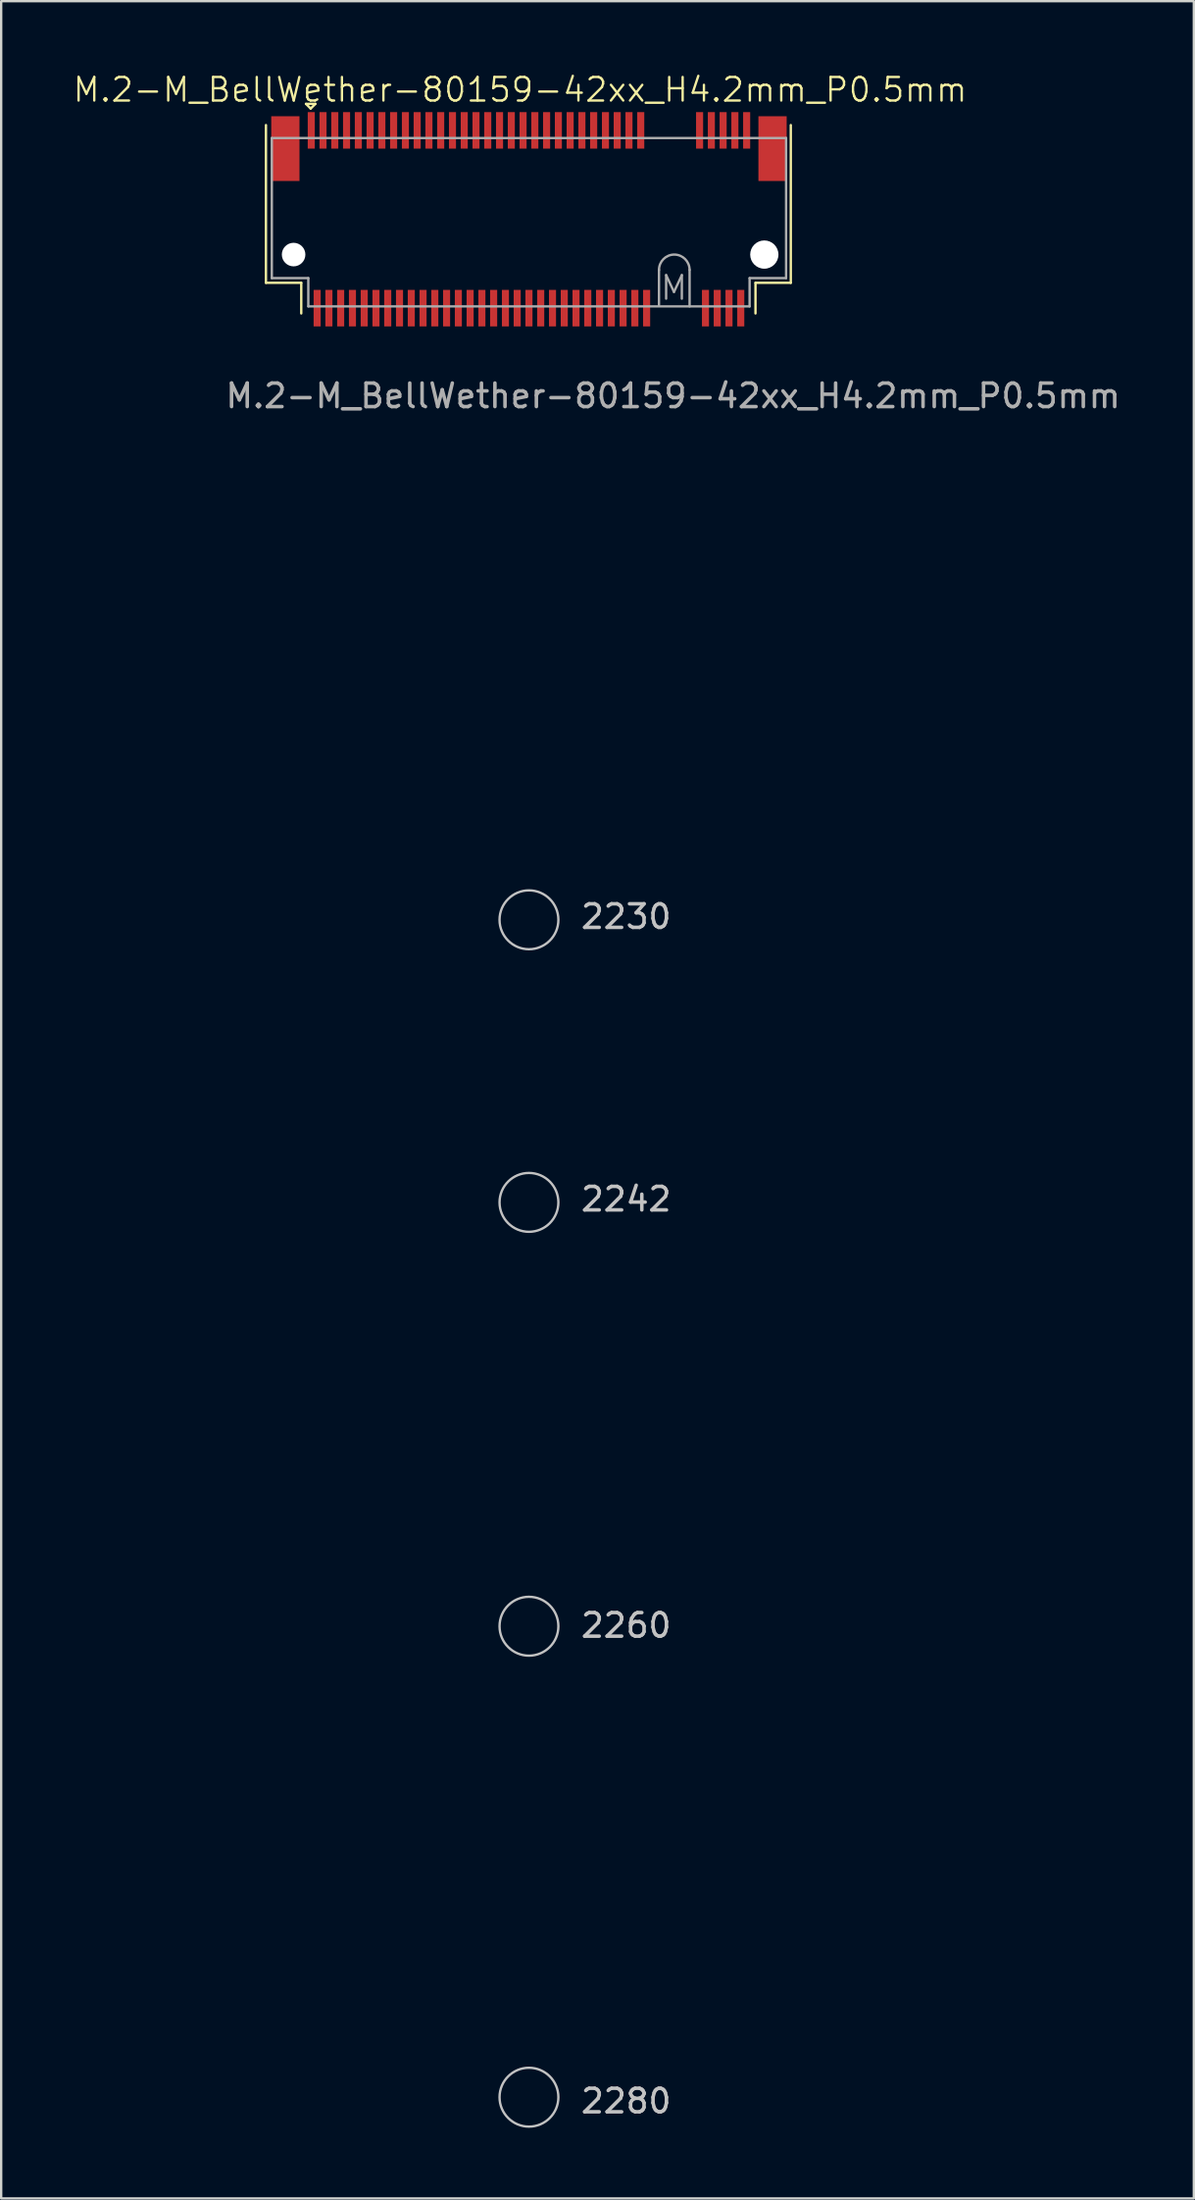
<source format=kicad_pcb>
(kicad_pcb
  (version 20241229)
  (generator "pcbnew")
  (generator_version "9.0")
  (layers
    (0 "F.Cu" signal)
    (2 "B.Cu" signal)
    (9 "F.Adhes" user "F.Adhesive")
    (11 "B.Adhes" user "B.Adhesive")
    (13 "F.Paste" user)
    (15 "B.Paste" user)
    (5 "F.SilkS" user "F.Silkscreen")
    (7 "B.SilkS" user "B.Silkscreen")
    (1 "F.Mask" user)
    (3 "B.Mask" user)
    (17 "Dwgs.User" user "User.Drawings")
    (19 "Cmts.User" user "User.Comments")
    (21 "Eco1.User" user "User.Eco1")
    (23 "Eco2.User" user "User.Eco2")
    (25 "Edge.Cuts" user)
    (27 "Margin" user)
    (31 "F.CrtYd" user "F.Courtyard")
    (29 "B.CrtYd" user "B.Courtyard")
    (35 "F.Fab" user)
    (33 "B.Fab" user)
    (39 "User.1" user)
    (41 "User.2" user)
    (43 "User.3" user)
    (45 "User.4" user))
  (footprint "M.2-M_BellWether-80159-42xx_H4.2mm_P0.5mm"
    (layer "F.Cu")
    (at 25.55 7.761)
    (property "Reference" "M.2-M_BellWether-80159-42xx_H4.2mm_P0.5mm" (at -6.5 -7 0) (unlocked yes) (layer "F.SilkS") (effects (font (size 1 1) (thickness 0.1))))
    (attr smd)
    (fp_line (start -17.3 -5.5) (end -17.3 1.2) (stroke (width 0.1) (type default)) (layer "F.SilkS"))
    (fp_line (start -17.3 1.2) (end -15.8 1.2) (stroke (width 0.1) (type default)) (layer "F.SilkS"))
    (fp_line (start -15.8 1.2) (end -15.8 2.5) (stroke (width 0.1) (type default)) (layer "F.SilkS"))
    (fp_line (start -15.6 -6.4) (end -15.2 -6.4) (stroke (width 0.1) (type default)) (layer "F.SilkS"))
    (fp_line (start -15.4 -6.2) (end -15.6 -6.4) (stroke (width 0.1) (type default)) (layer "F.SilkS"))
    (fp_line (start -15.2 -6.4) (end -15.4 -6.2) (stroke (width 0.1) (type default)) (layer "F.SilkS"))
    (fp_line (start 3.5 1.2) (end 5 1.2) (stroke (width 0.1) (type default)) (layer "F.SilkS"))
    (fp_line (start 3.5 2.5) (end 3.5 1.2) (stroke (width 0.1) (type default)) (layer "F.SilkS"))
    (fp_line (start 5 1.2) (end 5 -5.5) (stroke (width 0.1) (type default)) (layer "F.SilkS"))
    (fp_circle (center -6.125 28.25) (end -4.875 28.25) (stroke (width 0.1) (type default)) (fill no) (layer "Dwgs.User"))
    (fp_circle (center -6.125 40.25) (end -4.875 40.25) (stroke (width 0.1) (type default)) (fill no) (layer "Dwgs.User"))
    (fp_circle (center -6.125 58.25) (end -4.875 58.25) (stroke (width 0.1) (type default)) (fill no) (layer "Dwgs.User"))
    (fp_circle (center -6.125 78.25) (end -4.875 78.25) (stroke (width 0.1) (type default)) (fill no) (layer "Dwgs.User"))
    (fp_line (start -17.05 -4.95) (end -17.05 1) (stroke (width 0.1) (type default)) (layer "F.Fab"))
    (fp_line (start -17.05 1) (end -15.5 1) (stroke (width 0.1) (type default)) (layer "F.Fab"))
    (fp_line (start -15.5 1) (end -15.5 2.2) (stroke (width 0.1) (type default)) (layer "F.Fab"))
    (fp_line (start -15.5 2.2) (end 3.25 2.2) (stroke (width 0.1) (type default)) (layer "F.Fab"))
    (fp_line (start -0.6 2.15) (end -0.6 0.65) (stroke (width 0.1) (type default)) (layer "F.Fab"))
    (fp_line (start 0.7 2.2) (end 0.7 0.65) (stroke (width 0.1) (type default)) (layer "F.Fab"))
    (fp_line (start 3.25 1) (end 4.8 1) (stroke (width 0.1) (type default)) (layer "F.Fab"))
    (fp_line (start 3.25 2.2) (end 3.25 1) (stroke (width 0.1) (type default)) (layer "F.Fab"))
    (fp_line (start 4.8 -4.95) (end -17.05 -4.95) (stroke (width 0.1) (type default)) (layer "F.Fab"))
    (fp_line (start 4.8 1) (end 4.8 -4.95) (stroke (width 0.1) (type default)) (layer "F.Fab"))
    (fp_arc (start -0.6 0.65) (mid 0.05 0) (end 0.7 0.65) (stroke (width 0.1) (type default)) (layer "F.Fab"))
    (fp_text user "2260" (at -4 58.8 0) (unlocked yes) (layer "Dwgs.User") (effects (font (size 1 1) (thickness 0.15)) (justify left bottom)))
    (fp_text user "2280" (at -4 79 0) (unlocked yes) (layer "Dwgs.User") (effects (font (size 1 1) (thickness 0.15)) (justify left bottom)))
    (fp_text user "2242" (at -4 40.7 0) (unlocked yes) (layer "Dwgs.User") (effects (font (size 1 1) (thickness 0.15)) (justify left bottom)))
    (fp_text user "2230" (at -4 28.7 0) (unlocked yes) (layer "Dwgs.User") (effects (font (size 1 1) (thickness 0.15)) (justify left bottom)))
    (fp_text user "${REFERENCE}" (at 0 6 0) (unlocked yes) (layer "F.Fab") (effects (font (size 1 1) (thickness 0.15))))
    (fp_text user "M" (at -0.6 2 0) (unlocked yes) (layer "F.Fab") (effects (font (size 1 1) (thickness 0.1)) (justify left bottom)))
    (pad "" smd rect (at -16.475 -4.5) (size 1.2 2.75) (layers "F.Cu" "F.Mask" "F.Paste"))
    (pad "" np_thru_hole circle (at -16.125 0) (size 1 1) (drill 1.1) (layers "*.Cu" "*.Mask"))
    (pad "" np_thru_hole circle (at 3.875 0) (size 1.2 1.2) (drill 1.6) (layers "*.Cu" "*.Mask"))
    (pad "" smd rect (at 4.225 -4.5) (size 1.2 2.75) (layers "F.Cu" "F.Mask" "F.Paste"))
    (pad "1" smd rect (at -15.375 -5.275) (size 0.3 1.55) (layers "F.Cu" "F.Mask" "F.Paste"))
    (pad "2" smd rect (at -15.125 2.275) (size 0.3 1.55) (layers "F.Cu" "F.Mask" "F.Paste"))
    (pad "3" smd rect (at -14.875 -5.275) (size 0.3 1.55) (layers "F.Cu" "F.Mask" "F.Paste"))
    (pad "4" smd rect (at -14.625 2.275) (size 0.3 1.55) (layers "F.Cu" "F.Mask" "F.Paste"))
    (pad "5" smd rect (at -14.375 -5.275) (size 0.3 1.55) (layers "F.Cu" "F.Mask" "F.Paste"))
    (pad "6" smd rect (at -14.125 2.275) (size 0.3 1.55) (layers "F.Cu" "F.Mask" "F.Paste"))
    (pad "7" smd rect (at -13.875 -5.275) (size 0.3 1.55) (layers "F.Cu" "F.Mask" "F.Paste"))
    (pad "8" smd rect (at -13.625 2.275) (size 0.3 1.55) (layers "F.Cu" "F.Mask" "F.Paste"))
    (pad "9" smd rect (at -13.375 -5.275) (size 0.3 1.55) (layers "F.Cu" "F.Mask" "F.Paste"))
    (pad "10" smd rect (at -13.125 2.275) (size 0.3 1.55) (layers "F.Cu" "F.Mask" "F.Paste"))
    (pad "11" smd rect (at -12.875 -5.275) (size 0.3 1.55) (layers "F.Cu" "F.Mask" "F.Paste"))
    (pad "12" smd rect (at -12.625 2.275) (size 0.3 1.55) (layers "F.Cu" "F.Mask" "F.Paste"))
    (pad "13" smd rect (at -12.375 -5.275) (size 0.3 1.55) (layers "F.Cu" "F.Mask" "F.Paste"))
    (pad "14" smd rect (at -12.125 2.275) (size 0.3 1.55) (layers "F.Cu" "F.Mask" "F.Paste"))
    (pad "15" smd rect (at -11.875 -5.275) (size 0.3 1.55) (layers "F.Cu" "F.Mask" "F.Paste"))
    (pad "16" smd rect (at -11.625 2.275) (size 0.3 1.55) (layers "F.Cu" "F.Mask" "F.Paste"))
    (pad "17" smd rect (at -11.375 -5.275) (size 0.3 1.55) (layers "F.Cu" "F.Mask" "F.Paste"))
    (pad "18" smd rect (at -11.125 2.275) (size 0.3 1.55) (layers "F.Cu" "F.Mask" "F.Paste"))
    (pad "19" smd rect (at -10.875 -5.275) (size 0.3 1.55) (layers "F.Cu" "F.Mask" "F.Paste"))
    (pad "20" smd rect (at -10.625 2.275) (size 0.3 1.55) (layers "F.Cu" "F.Mask" "F.Paste"))
    (pad "21" smd rect (at -10.375 -5.275) (size 0.3 1.55) (layers "F.Cu" "F.Mask" "F.Paste"))
    (pad "22" smd rect (at -10.125 2.275) (size 0.3 1.55) (layers "F.Cu" "F.Mask" "F.Paste"))
    (pad "23" smd rect (at -9.875 -5.275) (size 0.3 1.55) (layers "F.Cu" "F.Mask" "F.Paste"))
    (pad "24" smd rect (at -9.625 2.275) (size 0.3 1.55) (layers "F.Cu" "F.Mask" "F.Paste"))
    (pad "25" smd rect (at -9.375 -5.275) (size 0.3 1.55) (layers "F.Cu" "F.Mask" "F.Paste"))
    (pad "26" smd rect (at -9.125 2.275) (size 0.3 1.55) (layers "F.Cu" "F.Mask" "F.Paste"))
    (pad "27" smd rect (at -8.875 -5.275) (size 0.3 1.55) (layers "F.Cu" "F.Mask" "F.Paste"))
    (pad "28" smd rect (at -8.625 2.275) (size 0.3 1.55) (layers "F.Cu" "F.Mask" "F.Paste"))
    (pad "29" smd rect (at -8.375 -5.275) (size 0.3 1.55) (layers "F.Cu" "F.Mask" "F.Paste"))
    (pad "30" smd rect (at -8.125 2.275) (size 0.3 1.55) (layers "F.Cu" "F.Mask" "F.Paste"))
    (pad "31" smd rect (at -7.875 -5.275) (size 0.3 1.55) (layers "F.Cu" "F.Mask" "F.Paste"))
    (pad "32" smd rect (at -7.625 2.275) (size 0.3 1.55) (layers "F.Cu" "F.Mask" "F.Paste"))
    (pad "33" smd rect (at -7.375 -5.275) (size 0.3 1.55) (layers "F.Cu" "F.Mask" "F.Paste"))
    (pad "34" smd rect (at -7.125 2.275) (size 0.3 1.55) (layers "F.Cu" "F.Mask" "F.Paste"))
    (pad "35" smd rect (at -6.875 -5.275) (size 0.3 1.55) (layers "F.Cu" "F.Mask" "F.Paste"))
    (pad "36" smd rect (at -6.625 2.275) (size 0.3 1.55) (layers "F.Cu" "F.Mask" "F.Paste"))
    (pad "37" smd rect (at -6.375 -5.275) (size 0.3 1.55) (layers "F.Cu" "F.Mask" "F.Paste"))
    (pad "38" smd rect (at -6.125 2.275) (size 0.3 1.55) (layers "F.Cu" "F.Mask" "F.Paste"))
    (pad "39" smd rect (at -5.875 -5.275) (size 0.3 1.55) (layers "F.Cu" "F.Mask" "F.Paste"))
    (pad "40" smd rect (at -5.625 2.275) (size 0.3 1.55) (layers "F.Cu" "F.Mask" "F.Paste"))
    (pad "41" smd rect (at -5.375 -5.275) (size 0.3 1.55) (layers "F.Cu" "F.Mask" "F.Paste"))
    (pad "42" smd rect (at -5.125 2.275) (size 0.3 1.55) (layers "F.Cu" "F.Mask" "F.Paste"))
    (pad "43" smd rect (at -4.875 -5.275) (size 0.3 1.55) (layers "F.Cu" "F.Mask" "F.Paste"))
    (pad "44" smd rect (at -4.625 2.275) (size 0.3 1.55) (layers "F.Cu" "F.Mask" "F.Paste"))
    (pad "45" smd rect (at -4.375 -5.275) (size 0.3 1.55) (layers "F.Cu" "F.Mask" "F.Paste"))
    (pad "46" smd rect (at -4.125 2.275) (size 0.3 1.55) (layers "F.Cu" "F.Mask" "F.Paste"))
    (pad "47" smd rect (at -3.875 -5.275) (size 0.3 1.55) (layers "F.Cu" "F.Mask" "F.Paste"))
    (pad "48" smd rect (at -3.625 2.275) (size 0.3 1.55) (layers "F.Cu" "F.Mask" "F.Paste"))
    (pad "49" smd rect (at -3.375 -5.275) (size 0.3 1.55) (layers "F.Cu" "F.Mask" "F.Paste"))
    (pad "50" smd rect (at -3.125 2.275) (size 0.3 1.55) (layers "F.Cu" "F.Mask" "F.Paste"))
    (pad "51" smd rect (at -2.875 -5.275) (size 0.3 1.55) (layers "F.Cu" "F.Mask" "F.Paste"))
    (pad "52" smd rect (at -2.625 2.275) (size 0.3 1.55) (layers "F.Cu" "F.Mask" "F.Paste"))
    (pad "53" smd rect (at -2.375 -5.275) (size 0.3 1.55) (layers "F.Cu" "F.Mask" "F.Paste"))
    (pad "54" smd rect (at -2.125 2.275) (size 0.3 1.55) (layers "F.Cu" "F.Mask" "F.Paste"))
    (pad "55" smd rect (at -1.875 -5.275) (size 0.3 1.55) (layers "F.Cu" "F.Mask" "F.Paste"))
    (pad "56" smd rect (at -1.625 2.275) (size 0.3 1.55) (layers "F.Cu" "F.Mask" "F.Paste"))
    (pad "57" smd rect (at -1.375 -5.275) (size 0.3 1.55) (layers "F.Cu" "F.Mask" "F.Paste"))
    (pad "58" smd rect (at -1.125 2.275) (size 0.3 1.55) (layers "F.Cu" "F.Mask" "F.Paste"))
    (pad "67" smd rect (at 1.125 -5.275) (size 0.3 1.55) (layers "F.Cu" "F.Mask" "F.Paste"))
    (pad "68" smd rect (at 1.375 2.275) (size 0.3 1.55) (layers "F.Cu" "F.Mask" "F.Paste"))
    (pad "69" smd rect (at 1.625 -5.275) (size 0.3 1.55) (layers "F.Cu" "F.Mask" "F.Paste"))
    (pad "70" smd rect (at 1.875 2.275) (size 0.3 1.55) (layers "F.Cu" "F.Mask" "F.Paste"))
    (pad "71" smd rect (at 2.125 -5.275) (size 0.3 1.55) (layers "F.Cu" "F.Mask" "F.Paste"))
    (pad "72" smd rect (at 2.375 2.275) (size 0.3 1.55) (layers "F.Cu" "F.Mask" "F.Paste"))
    (pad "73" smd rect (at 2.625 -5.275) (size 0.3 1.55) (layers "F.Cu" "F.Mask" "F.Paste"))
    (pad "74" smd rect (at 2.875 2.275) (size 0.3 1.55) (layers "F.Cu" "F.Mask" "F.Paste"))
    (pad "75" smd rect (at 3.125 -5.275) (size 0.3 1.55) (layers "F.Cu" "F.Mask" "F.Paste")))
  (gr_rect
    (start -3 -3)
    (end 47.675 90.311)
    (stroke (width 0.1) (type default))
    (fill no)
    (layer "Edge.Cuts")))
</source>
